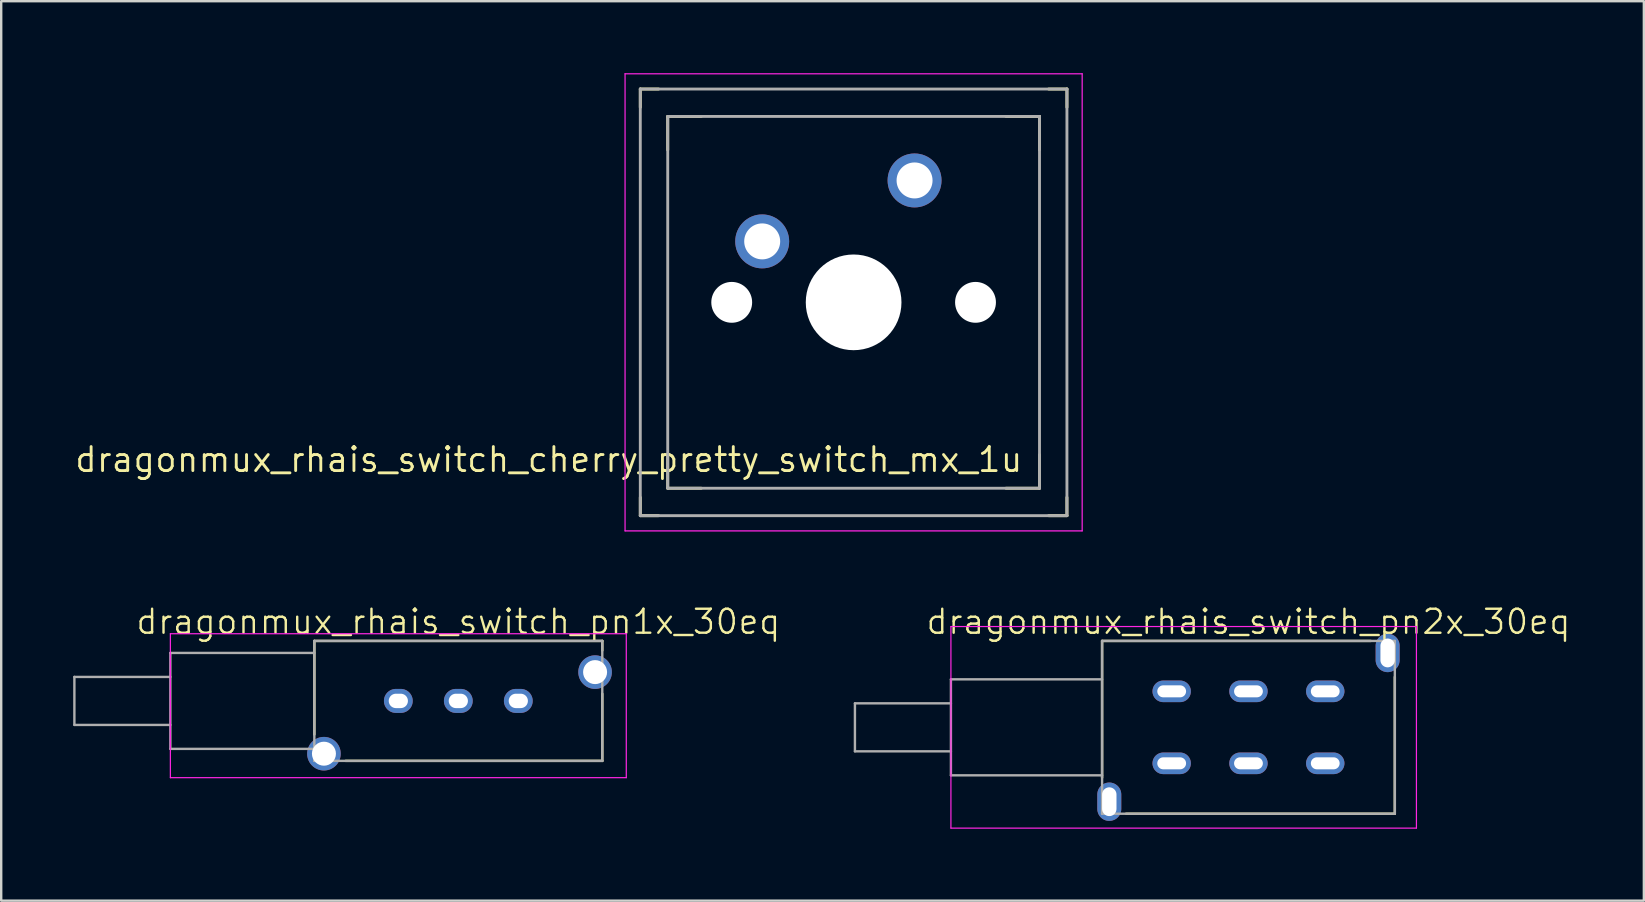
<source format=kicad_pcb>
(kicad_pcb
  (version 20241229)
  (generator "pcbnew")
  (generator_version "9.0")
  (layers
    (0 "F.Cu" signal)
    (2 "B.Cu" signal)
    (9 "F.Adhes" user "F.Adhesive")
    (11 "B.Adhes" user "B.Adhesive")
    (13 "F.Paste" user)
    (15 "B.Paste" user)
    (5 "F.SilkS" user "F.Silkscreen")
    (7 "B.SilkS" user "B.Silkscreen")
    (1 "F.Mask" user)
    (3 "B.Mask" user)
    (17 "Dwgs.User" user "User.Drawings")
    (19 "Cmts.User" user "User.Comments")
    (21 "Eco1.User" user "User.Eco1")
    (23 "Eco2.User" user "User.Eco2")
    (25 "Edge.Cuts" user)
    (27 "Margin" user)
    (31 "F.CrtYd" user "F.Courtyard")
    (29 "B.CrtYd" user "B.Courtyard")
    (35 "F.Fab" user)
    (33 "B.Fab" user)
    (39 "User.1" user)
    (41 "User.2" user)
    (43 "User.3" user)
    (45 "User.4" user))
  (footprint "dragonmux_rhais_switch_pn1x_30eq"
    (layer "F.Cu")
    (at 16.05 26.16)
    (property "Reference" "dragonmux_rhais_switch_pn1x_30eq" (at 0 -3.3 0) (unlocked yes) (layer "F.SilkS") (effects (font (size 1 1) (thickness 0.1))))
    (attr smd)
    (fp_line (start -6 -2.5) (end 6 -2.5) (stroke (width 0.1) (type solid)) (layer "F.SilkS"))
    (fp_line (start -6 1.4) (end -6 -2.5) (stroke (width 0.1) (type solid)) (layer "F.SilkS"))
    (fp_line (start -4.7 2.5) (end 6 2.5) (stroke (width 0.1) (type solid)) (layer "F.SilkS"))
    (fp_line (start 6 -2.5) (end 6 -2.1) (stroke (width 0.1) (type solid)) (layer "F.SilkS"))
    (fp_line (start 6 2.5) (end 6 -0.3) (stroke (width 0.1) (type solid)) (layer "F.SilkS"))
    (fp_line (start -12 -2.8) (end 7 -2.8) (stroke (width 0.05) (type solid)) (layer "F.CrtYd"))
    (fp_line (start -12 3.2) (end -12 -2.8) (stroke (width 0.05) (type solid)) (layer "F.CrtYd"))
    (fp_line (start 7 -2.8) (end 7 3.2) (stroke (width 0.05) (type solid)) (layer "F.CrtYd"))
    (fp_line (start 7 3.2) (end -12 3.2) (stroke (width 0.05) (type solid)) (layer "F.CrtYd"))
    (fp_line (start -16 -1) (end -16 1) (stroke (width 0.1) (type solid)) (layer "F.Fab"))
    (fp_line (start -16 1) (end -12 1) (stroke (width 0.1) (type solid)) (layer "F.Fab"))
    (fp_line (start -12 -2) (end -6 -2) (stroke (width 0.1) (type solid)) (layer "F.Fab"))
    (fp_line (start -12 -1) (end -16 -1) (stroke (width 0.1) (type solid)) (layer "F.Fab"))
    (fp_line (start -12 2) (end -12 -2) (stroke (width 0.1) (type solid)) (layer "F.Fab"))
    (fp_line (start -6 -2.5) (end 6 -2.5) (stroke (width 0.1) (type solid)) (layer "F.Fab"))
    (fp_line (start -6 2) (end -12 2) (stroke (width 0.1) (type solid)) (layer "F.Fab"))
    (fp_line (start -6 2.5) (end -6 -2.5) (stroke (width 0.1) (type solid)) (layer "F.Fab"))
    (fp_line (start 6 -2.5) (end 6 2.5) (stroke (width 0.1) (type solid)) (layer "F.Fab"))
    (fp_line (start 6 2.5) (end -6 2.5) (stroke (width 0.1) (type solid)) (layer "F.Fab"))
    (pad "1" thru_hole oval (at -2.5 0) (size 1.2 1) (drill oval 0.8 0.6) (layers "*.Cu" "*.Mask"))
    (pad "2" thru_hole oval (at 0 0) (size 1.2 1) (drill oval 0.8 0.6) (layers "*.Cu" "*.Mask"))
    (pad "3" thru_hole oval (at 2.5 0) (size 1.2 1) (drill oval 0.8 0.6) (layers "*.Cu" "*.Mask"))
    (pad "MP" thru_hole circle (at -5.6 2.2) (size 1.4 1.4) (drill 1) (layers "*.Cu" "*.Mask"))
    (pad "MP" thru_hole circle (at 5.7 -1.2) (size 1.4 1.4) (drill 1) (layers "*.Cu" "*.Mask")))
  (footprint "dragonmux_rhais_switch_cherry_pretty_switch_mx_1u"
    (layer "F.Cu")
    (at 32.524 9.55)
    (property "Reference" "dragonmux_rhais_switch_cherry_pretty_switch_mx_1u" (at 7.112 5.969 0) (layer "F.SilkS") (effects (font (size 1 1) (thickness 0.12)) (justify right top)))
    (attr through_hole)
    (fp_line (start -8.89 -8.89) (end -8.89 -8.128) (stroke (width 0.12) (type solid)) (layer "F.SilkS"))
    (fp_line (start -8.89 8.128) (end -8.89 8.89) (stroke (width 0.12) (type solid)) (layer "F.SilkS"))
    (fp_line (start -8.89 8.89) (end -8.128 8.89) (stroke (width 0.12) (type solid)) (layer "F.SilkS"))
    (fp_line (start -8.128 -8.89) (end -8.89 -8.89) (stroke (width 0.12) (type solid)) (layer "F.SilkS"))
    (fp_line (start -7.747 -7.747) (end -7.747 -6.35) (stroke (width 0.12) (type solid)) (layer "F.SilkS"))
    (fp_line (start -7.747 6.35) (end -7.747 7.747) (stroke (width 0.12) (type solid)) (layer "F.SilkS"))
    (fp_line (start -7.747 7.747) (end -6.35 7.747) (stroke (width 0.12) (type solid)) (layer "F.SilkS"))
    (fp_line (start -6.35 -7.747) (end -7.747 -7.747) (stroke (width 0.12) (type solid)) (layer "F.SilkS"))
    (fp_line (start 6.35 -7.747) (end 7.747 -7.747) (stroke (width 0.12) (type solid)) (layer "F.SilkS"))
    (fp_line (start 6.35 7.747) (end 7.747 7.747) (stroke (width 0.12) (type solid)) (layer "F.SilkS"))
    (fp_line (start 7.747 -7.747) (end 7.747 -6.35) (stroke (width 0.12) (type solid)) (layer "F.SilkS"))
    (fp_line (start 7.747 7.747) (end 7.747 6.35) (stroke (width 0.12) (type solid)) (layer "F.SilkS"))
    (fp_line (start 8.128 -8.89) (end 8.89 -8.89) (stroke (width 0.12) (type solid)) (layer "F.SilkS"))
    (fp_line (start 8.89 -8.89) (end 8.89 -8.128) (stroke (width 0.12) (type solid)) (layer "F.SilkS"))
    (fp_line (start 8.89 8.128) (end 8.89 8.89) (stroke (width 0.12) (type solid)) (layer "F.SilkS"))
    (fp_line (start 8.89 8.89) (end 8.128 8.89) (stroke (width 0.12) (type solid)) (layer "F.SilkS"))
    (fp_line (start -9.525 -9.525) (end 9.525 -9.525) (stroke (width 0.05) (type solid)) (layer "F.CrtYd"))
    (fp_line (start -9.525 9.525) (end -9.525 -9.525) (stroke (width 0.05) (type solid)) (layer "F.CrtYd"))
    (fp_line (start 9.525 -9.525) (end 9.525 9.525) (stroke (width 0.05) (type solid)) (layer "F.CrtYd"))
    (fp_line (start 9.525 9.525) (end -9.525 9.525) (stroke (width 0.05) (type solid)) (layer "F.CrtYd"))
    (fp_line (start -8.89 -8.89) (end 8.89 -8.89) (stroke (width 0.12) (type solid)) (layer "F.Fab"))
    (fp_line (start -8.89 8.89) (end -8.89 -8.89) (stroke (width 0.12) (type solid)) (layer "F.Fab"))
    (fp_line (start -7.747 -7.747) (end -7.747 7.747) (stroke (width 0.12) (type solid)) (layer "F.Fab"))
    (fp_line (start -7.747 7.747) (end 7.747 7.747) (stroke (width 0.12) (type solid)) (layer "F.Fab"))
    (fp_line (start 7.747 -7.747) (end -7.747 -7.747) (stroke (width 0.12) (type solid)) (layer "F.Fab"))
    (fp_line (start 7.747 7.747) (end 7.747 -7.747) (stroke (width 0.12) (type solid)) (layer "F.Fab"))
    (fp_line (start 8.89 -8.89) (end 8.89 8.89) (stroke (width 0.12) (type solid)) (layer "F.Fab"))
    (fp_line (start 8.89 8.89) (end -8.89 8.89) (stroke (width 0.12) (type solid)) (layer "F.Fab"))
    (pad "" np_thru_hole circle (at -5.08 0) (size 1.702 1.702) (drill 1.702) (layers "*.Cu" "*.Mask"))
    (pad "" np_thru_hole circle (at 0 0) (size 3.988 3.988) (drill 3.988) (layers "*.Cu" "*.Mask"))
    (pad "" np_thru_hole circle (at 5.08 0) (size 1.702 1.702) (drill 1.702) (layers "*.Cu" "*.Mask"))
    (pad "1" thru_hole circle (at -3.81 -2.54) (size 2.248 2.248) (drill 1.499) (layers "*.Cu" "*.Mask"))
    (pad "2" thru_hole circle (at 2.54 -5.08) (size 2.248 2.248) (drill 1.499) (layers "*.Cu" "*.Mask")))
  (footprint "dragonmux_rhais_switch_pn2x_30eq"
    (layer "F.Cu")
    (at 48.979 27.261)
    (property "Reference" "dragonmux_rhais_switch_pn2x_30eq" (at 0 -4.4 0) (unlocked yes) (layer "F.SilkS") (effects (font (size 1 1) (thickness 0.1))))
    (attr through_hole)
    (fp_line (start -6.1 -3.6) (end 5.1 -3.6) (stroke (width 0.1) (type solid)) (layer "F.SilkS"))
    (fp_line (start -6.1 2.1) (end -6.1 -3.6) (stroke (width 0.1) (type solid)) (layer "F.SilkS"))
    (fp_line (start -5.1 3.6) (end 6.1 3.6) (stroke (width 0.1) (type solid)) (layer "F.SilkS"))
    (fp_line (start 6.1 3.6) (end 6.1 -2.1) (stroke (width 0.1) (type solid)) (layer "F.SilkS"))
    (fp_line (start -12.4 -4.2) (end 7 -4.2) (stroke (width 0.05) (type solid)) (layer "F.CrtYd"))
    (fp_line (start -12.4 4.2) (end -12.4 -4.2) (stroke (width 0.05) (type solid)) (layer "F.CrtYd"))
    (fp_line (start 7 -4.2) (end 7 4.2) (stroke (width 0.05) (type solid)) (layer "F.CrtYd"))
    (fp_line (start 7 4.2) (end -12.4 4.2) (stroke (width 0.05) (type solid)) (layer "F.CrtYd"))
    (fp_line (start -16.4 -1) (end -16.4 1) (stroke (width 0.1) (type solid)) (layer "F.Fab"))
    (fp_line (start -16.4 1) (end -12.4 1) (stroke (width 0.1) (type solid)) (layer "F.Fab"))
    (fp_line (start -12.4 -2) (end -6.1 -2) (stroke (width 0.1) (type solid)) (layer "F.Fab"))
    (fp_line (start -12.4 -1) (end -16.4 -1) (stroke (width 0.1) (type solid)) (layer "F.Fab"))
    (fp_line (start -12.4 2) (end -12.4 -2) (stroke (width 0.1) (type solid)) (layer "F.Fab"))
    (fp_line (start -6.1 -3.6) (end 6.1 -3.6) (stroke (width 0.1) (type solid)) (layer "F.Fab"))
    (fp_line (start -6.1 2) (end -12.4 2) (stroke (width 0.1) (type solid)) (layer "F.Fab"))
    (fp_line (start -6.1 3.6) (end -6.1 -3.6) (stroke (width 0.1) (type solid)) (layer "F.Fab"))
    (fp_line (start 6.1 -3.6) (end 6.1 3.6) (stroke (width 0.1) (type solid)) (layer "F.Fab"))
    (fp_line (start 6.1 3.6) (end -6.1 3.6) (stroke (width 0.1) (type solid)) (layer "F.Fab"))
    (pad "1" thru_hole oval (at -3.2 1.5) (size 1.6 0.9) (drill oval 1.2 0.5) (layers "*.Cu" "*.Mask"))
    (pad "2" thru_hole oval (at 0 1.5) (size 1.6 0.9) (drill oval 1.2 0.5) (layers "*.Cu" "*.Mask"))
    (pad "3" thru_hole oval (at 3.2 1.5) (size 1.6 0.9) (drill oval 1.2 0.5) (layers "*.Cu" "*.Mask"))
    (pad "4" thru_hole oval (at 3.2 -1.5) (size 1.6 0.9) (drill oval 1.2 0.5) (layers "*.Cu" "*.Mask"))
    (pad "5" thru_hole oval (at 0 -1.5) (size 1.6 0.9) (drill oval 1.2 0.5) (layers "*.Cu" "*.Mask"))
    (pad "6" thru_hole oval (at -3.2 -1.5) (size 1.6 0.9) (drill oval 1.2 0.5) (layers "*.Cu" "*.Mask"))
    (pad "MP" thru_hole oval (at -5.8 3.1) (size 1 1.6) (drill oval 0.6 1.2) (layers "*.Cu" "*.Mask"))
    (pad "MP" thru_hole oval (at 5.8 -3.1) (size 1 1.6) (drill oval 0.6 1.2) (layers "*.Cu" "*.Mask")))
  (gr_rect
    (start -3 -3)
    (end 65.457 34.486)
    (stroke (width 0.1) (type default))
    (fill no)
    (layer "Edge.Cuts")))
</source>
